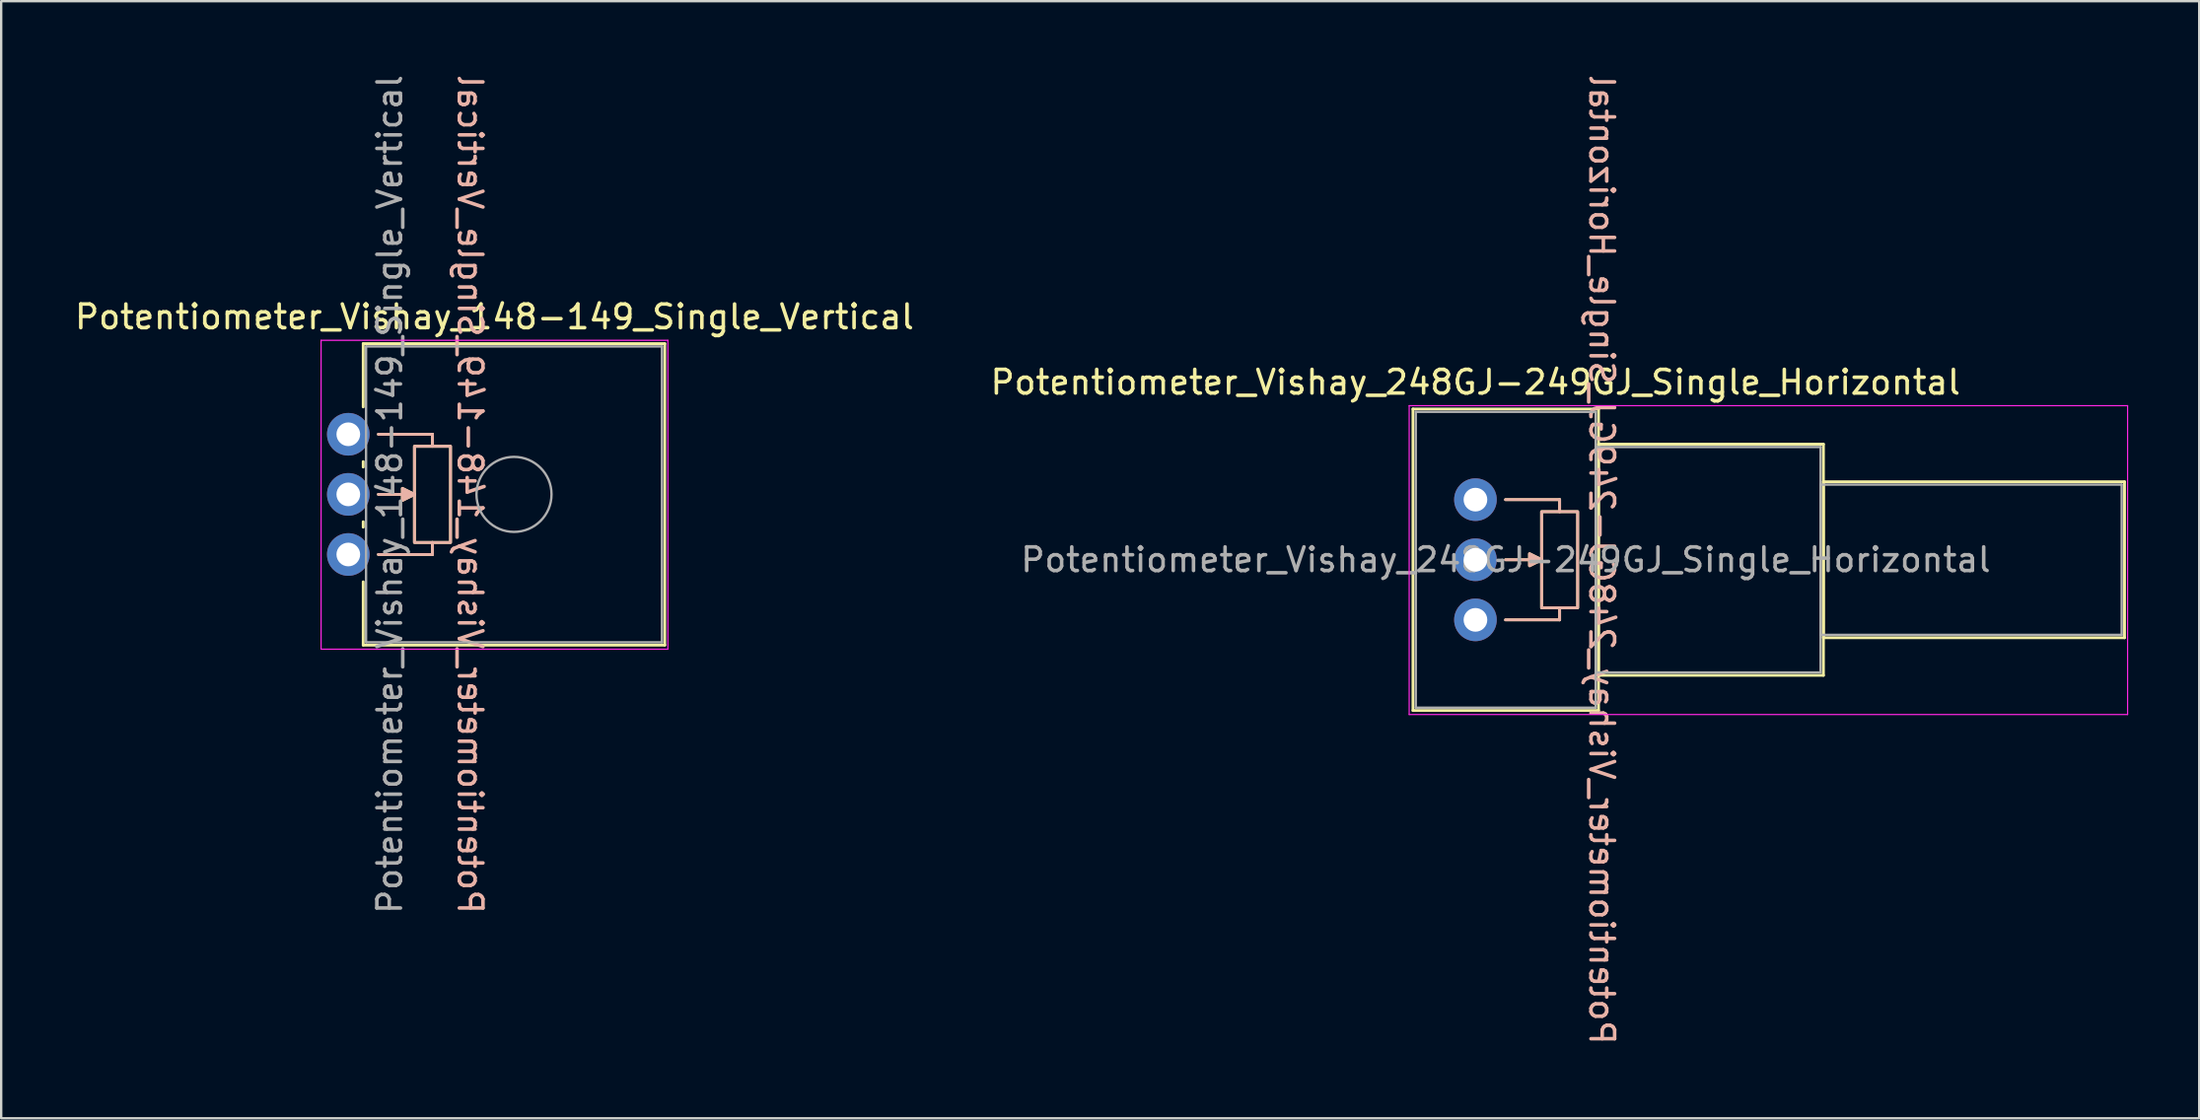
<source format=kicad_pcb>
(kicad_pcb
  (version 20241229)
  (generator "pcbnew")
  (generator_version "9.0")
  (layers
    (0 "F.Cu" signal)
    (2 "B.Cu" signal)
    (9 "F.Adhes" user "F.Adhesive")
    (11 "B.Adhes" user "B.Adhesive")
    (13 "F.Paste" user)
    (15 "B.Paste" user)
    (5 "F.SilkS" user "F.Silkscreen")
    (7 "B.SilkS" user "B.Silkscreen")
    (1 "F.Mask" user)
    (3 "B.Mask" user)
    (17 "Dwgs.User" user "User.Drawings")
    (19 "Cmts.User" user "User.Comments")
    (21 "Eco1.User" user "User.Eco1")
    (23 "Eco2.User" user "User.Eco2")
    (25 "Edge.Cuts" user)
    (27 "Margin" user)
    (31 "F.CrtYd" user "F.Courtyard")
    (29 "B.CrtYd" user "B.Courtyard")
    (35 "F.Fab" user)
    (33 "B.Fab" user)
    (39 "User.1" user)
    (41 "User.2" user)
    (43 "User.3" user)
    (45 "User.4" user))
  (footprint "Potentiometer_Vishay_148-149_Single_Vertical"
    (layer "F.Cu")
    (at 11.664 20.379)
    (property "Reference" "Potentiometer_Vishay_148-149_Single_Vertical" (at 6.175 -10.04 0) (layer "F.SilkS") (effects (font (size 1 1) (thickness 0.15))))
    (attr through_hole)
    (fp_line (start 0.63 -8.91) (end 0.63 -6.235) (stroke (width 0.12) (type solid)) (layer "F.SilkS"))
    (fp_line (start 0.63 -8.91) (end 13.37 -8.91) (stroke (width 0.12) (type solid)) (layer "F.SilkS"))
    (fp_line (start 0.63 -3.925) (end 0.63 -3.695) (stroke (width 0.12) (type solid)) (layer "F.SilkS"))
    (fp_line (start 0.63 -1.384) (end 0.63 -1.155) (stroke (width 0.12) (type solid)) (layer "F.SilkS"))
    (fp_line (start 0.63 1.155) (end 0.63 3.83) (stroke (width 0.12) (type solid)) (layer "F.SilkS"))
    (fp_line (start 0.63 3.83) (end 13.37 3.83) (stroke (width 0.12) (type solid)) (layer "F.SilkS"))
    (fp_line (start 1.27 -5.08) (end 3.556 -5.08) (stroke (width 0.12) (type solid)) (layer "F.SilkS"))
    (fp_line (start 1.27 0) (end 3.556 0) (stroke (width 0.12) (type solid)) (layer "F.SilkS"))
    (fp_line (start 2.794 -2.54) (end 1.27 -2.54) (stroke (width 0.12) (type solid)) (layer "F.SilkS"))
    (fp_line (start 3.556 -5.08) (end 3.556 -4.572) (stroke (width 0.12) (type solid)) (layer "F.SilkS"))
    (fp_line (start 3.556 0) (end 3.556 -0.508) (stroke (width 0.12) (type solid)) (layer "F.SilkS"))
    (fp_line (start 13.37 -8.91) (end 13.37 3.83) (stroke (width 0.12) (type solid)) (layer "F.SilkS"))
    (fp_rect (start 2.794 -4.572) (end 4.318 -0.508) (stroke (width 0.12) (type solid)) (fill no) (layer "F.SilkS"))
    (fp_poly (pts (xy 2.794 -2.54) (xy 2.286 -2.286) (xy 2.286 -2.794)) (stroke (width 0.12) (type solid)) (fill yes) (layer "F.SilkS"))
    (fp_line (start 1.27 -5.08) (end 3.556 -5.08) (stroke (width 0.12) (type solid)) (layer "B.SilkS"))
    (fp_line (start 1.27 -2.54) (end 2.794 -2.54) (stroke (width 0.12) (type solid)) (layer "B.SilkS"))
    (fp_line (start 1.27 0) (end 3.556 0) (stroke (width 0.12) (type solid)) (layer "B.SilkS"))
    (fp_line (start 3.556 -5.08) (end 3.556 -4.572) (stroke (width 0.12) (type solid)) (layer "B.SilkS"))
    (fp_line (start 3.556 0) (end 3.556 -0.508) (stroke (width 0.12) (type solid)) (layer "B.SilkS"))
    (fp_rect (start 2.794 -4.572) (end 4.318 -0.508) (stroke (width 0.12) (type solid)) (fill no) (layer "B.SilkS"))
    (fp_poly (pts (xy 2.794 -2.54) (xy 2.286 -2.286) (xy 2.286 -2.794)) (stroke (width 0.12) (type solid)) (fill yes) (layer "B.SilkS"))
    (fp_line (start -1.15 -9.05) (end -1.15 4) (stroke (width 0.05) (type solid)) (layer "F.CrtYd"))
    (fp_line (start -1.15 4) (end 13.5 4) (stroke (width 0.05) (type solid)) (layer "F.CrtYd"))
    (fp_line (start 13.5 -9.05) (end -1.15 -9.05) (stroke (width 0.05) (type solid)) (layer "F.CrtYd"))
    (fp_line (start 13.5 4) (end 13.5 -9.05) (stroke (width 0.05) (type solid)) (layer "F.CrtYd"))
    (fp_line (start 0.75 -8.79) (end 0.75 3.71) (stroke (width 0.1) (type solid)) (layer "F.Fab"))
    (fp_line (start 0.75 3.71) (end 13.25 3.71) (stroke (width 0.1) (type solid)) (layer "F.Fab"))
    (fp_line (start 13.25 -8.79) (end 0.75 -8.79) (stroke (width 0.1) (type solid)) (layer "F.Fab"))
    (fp_line (start 13.25 3.71) (end 13.25 -8.79) (stroke (width 0.1) (type solid)) (layer "F.Fab"))
    (fp_circle (center 7 -2.54) (end 8.585 -2.54) (stroke (width 0.1) (type solid)) (fill no) (layer "F.Fab"))
    (fp_text user "${REFERENCE}" (at 5.144 -2.54 270) (unlocked yes) (layer "B.SilkS") (effects (font (size 1 1) (thickness 0.15)) (justify mirror)))
    (fp_text user "${REFERENCE}" (at 1.75 -2.54 90) (layer "F.Fab") (effects (font (size 1 1) (thickness 0.15))))
    (pad "1" thru_hole circle (at 0 0) (size 1.8 1.8) (drill 1) (layers "*.Cu" "*.Mask"))
    (pad "2" thru_hole circle (at 0 -2.54) (size 1.8 1.8) (drill 1) (layers "*.Cu" "*.Mask"))
    (pad "3" thru_hole circle (at 0 -5.08) (size 1.8 1.8) (drill 1) (layers "*.Cu" "*.Mask")))
  (footprint "Potentiometer_Vishay_248GJ-249GJ_Single_Horizontal"
    (layer "F.Cu")
    (at 59.28 23.141)
    (property "Reference" "Potentiometer_Vishay_248GJ-249GJ_Single_Horizontal" (at 0 -10.04 0) (layer "F.SilkS") (effects (font (size 1 1) (thickness 0.15))))
    (attr through_hole)
    (fp_line (start -2.64 -8.91) (end -2.64 3.83) (stroke (width 0.12) (type solid)) (layer "F.SilkS"))
    (fp_line (start -2.64 -8.91) (end 5.2 -8.91) (stroke (width 0.12) (type solid)) (layer "F.SilkS"))
    (fp_line (start -2.64 3.83) (end 5.2 3.83) (stroke (width 0.12) (type solid)) (layer "F.SilkS"))
    (fp_line (start 1.27 -5.08) (end 3.556 -5.08) (stroke (width 0.12) (type solid)) (layer "F.SilkS"))
    (fp_line (start 1.27 0) (end 3.556 0) (stroke (width 0.12) (type solid)) (layer "F.SilkS"))
    (fp_line (start 2.794 -2.54) (end 1.27 -2.54) (stroke (width 0.12) (type solid)) (layer "F.SilkS"))
    (fp_line (start 3.556 -5.08) (end 3.556 -4.572) (stroke (width 0.12) (type solid)) (layer "F.SilkS"))
    (fp_line (start 3.556 0) (end 3.556 -0.508) (stroke (width 0.12) (type solid)) (layer "F.SilkS"))
    (fp_line (start 5.2 -8.91) (end 5.2 3.83) (stroke (width 0.12) (type solid)) (layer "F.SilkS"))
    (fp_line (start 5.2 -7.423) (end 5.2 2.343) (stroke (width 0.12) (type solid)) (layer "F.SilkS"))
    (fp_line (start 5.2 -7.423) (end 14.7 -7.423) (stroke (width 0.12) (type solid)) (layer "F.SilkS"))
    (fp_line (start 5.2 2.343) (end 14.7 2.343) (stroke (width 0.12) (type solid)) (layer "F.SilkS"))
    (fp_line (start 14.7 -7.423) (end 14.7 2.343) (stroke (width 0.12) (type solid)) (layer "F.SilkS"))
    (fp_line (start 14.7 -5.835) (end 14.7 0.755) (stroke (width 0.12) (type solid)) (layer "F.SilkS"))
    (fp_line (start 14.7 -5.835) (end 27.42 -5.835) (stroke (width 0.12) (type solid)) (layer "F.SilkS"))
    (fp_line (start 14.7 0.755) (end 27.42 0.755) (stroke (width 0.12) (type solid)) (layer "F.SilkS"))
    (fp_line (start 27.42 -5.835) (end 27.42 0.755) (stroke (width 0.12) (type solid)) (layer "F.SilkS"))
    (fp_rect (start 2.794 -4.572) (end 4.318 -0.508) (stroke (width 0.12) (type solid)) (fill no) (layer "F.SilkS"))
    (fp_poly (pts (xy 2.794 -2.54) (xy 2.286 -2.286) (xy 2.286 -2.794)) (stroke (width 0.12) (type solid)) (fill yes) (layer "F.SilkS"))
    (fp_line (start 1.27 -5.08) (end 3.556 -5.08) (stroke (width 0.12) (type solid)) (layer "B.SilkS"))
    (fp_line (start 1.27 -2.54) (end 2.794 -2.54) (stroke (width 0.12) (type solid)) (layer "B.SilkS"))
    (fp_line (start 1.27 0) (end 3.556 0) (stroke (width 0.12) (type solid)) (layer "B.SilkS"))
    (fp_line (start 3.556 -5.08) (end 3.556 -4.572) (stroke (width 0.12) (type solid)) (layer "B.SilkS"))
    (fp_line (start 3.556 0) (end 3.556 -0.508) (stroke (width 0.12) (type solid)) (layer "B.SilkS"))
    (fp_rect (start 2.794 -4.572) (end 4.318 -0.508) (stroke (width 0.12) (type solid)) (fill no) (layer "B.SilkS"))
    (fp_poly (pts (xy 2.794 -2.54) (xy 2.286 -2.286) (xy 2.286 -2.794)) (stroke (width 0.12) (type solid)) (fill yes) (layer "B.SilkS"))
    (fp_line (start -2.8 -9.05) (end -2.8 4) (stroke (width 0.05) (type solid)) (layer "F.CrtYd"))
    (fp_line (start -2.8 4) (end 27.55 4) (stroke (width 0.05) (type solid)) (layer "F.CrtYd"))
    (fp_line (start 27.55 -9.05) (end -2.8 -9.05) (stroke (width 0.05) (type solid)) (layer "F.CrtYd"))
    (fp_line (start 27.55 4) (end 27.55 -9.05) (stroke (width 0.05) (type solid)) (layer "F.CrtYd"))
    (fp_line (start -2.52 -8.79) (end -2.52 3.71) (stroke (width 0.1) (type solid)) (layer "F.Fab"))
    (fp_line (start -2.52 3.71) (end 5.08 3.71) (stroke (width 0.1) (type solid)) (layer "F.Fab"))
    (fp_line (start 5.08 -8.79) (end -2.52 -8.79) (stroke (width 0.1) (type solid)) (layer "F.Fab"))
    (fp_line (start 5.08 -7.303) (end 5.08 2.223) (stroke (width 0.1) (type solid)) (layer "F.Fab"))
    (fp_line (start 5.08 2.223) (end 14.58 2.223) (stroke (width 0.1) (type solid)) (layer "F.Fab"))
    (fp_line (start 5.08 3.71) (end 5.08 -8.79) (stroke (width 0.1) (type solid)) (layer "F.Fab"))
    (fp_line (start 14.58 -7.303) (end 5.08 -7.303) (stroke (width 0.1) (type solid)) (layer "F.Fab"))
    (fp_line (start 14.58 -5.715) (end 14.58 0.635) (stroke (width 0.1) (type solid)) (layer "F.Fab"))
    (fp_line (start 14.58 0.635) (end 27.3 0.635) (stroke (width 0.1) (type solid)) (layer "F.Fab"))
    (fp_line (start 14.58 2.223) (end 14.58 -7.303) (stroke (width 0.1) (type solid)) (layer "F.Fab"))
    (fp_line (start 27.3 -5.715) (end 14.58 -5.715) (stroke (width 0.1) (type solid)) (layer "F.Fab"))
    (fp_line (start 27.3 0.635) (end 27.3 -5.715) (stroke (width 0.1) (type solid)) (layer "F.Fab"))
    (fp_text user "${REFERENCE}" (at 5.334 -2.54 270) (unlocked yes) (layer "B.SilkS") (effects (font (size 1 1) (thickness 0.15)) (justify mirror)))
    (fp_text user "${REFERENCE}" (at 1.28 -2.54 0) (layer "F.Fab") (effects (font (size 1 1) (thickness 0.15))))
    (pad "1" thru_hole circle (at 0 0) (size 1.8 1.8) (drill 1) (layers "*.Cu" "*.Mask"))
    (pad "2" thru_hole circle (at 0 -2.54) (size 1.8 1.8) (drill 1) (layers "*.Cu" "*.Mask"))
    (pad "3" thru_hole circle (at 0 -5.08) (size 1.8 1.8) (drill 1) (layers "*.Cu" "*.Mask")))
  (gr_rect
    (start -3 -3)
    (end 89.855 44.202)
    (stroke (width 0.1) (type default))
    (fill no)
    (layer "Edge.Cuts")))
</source>
